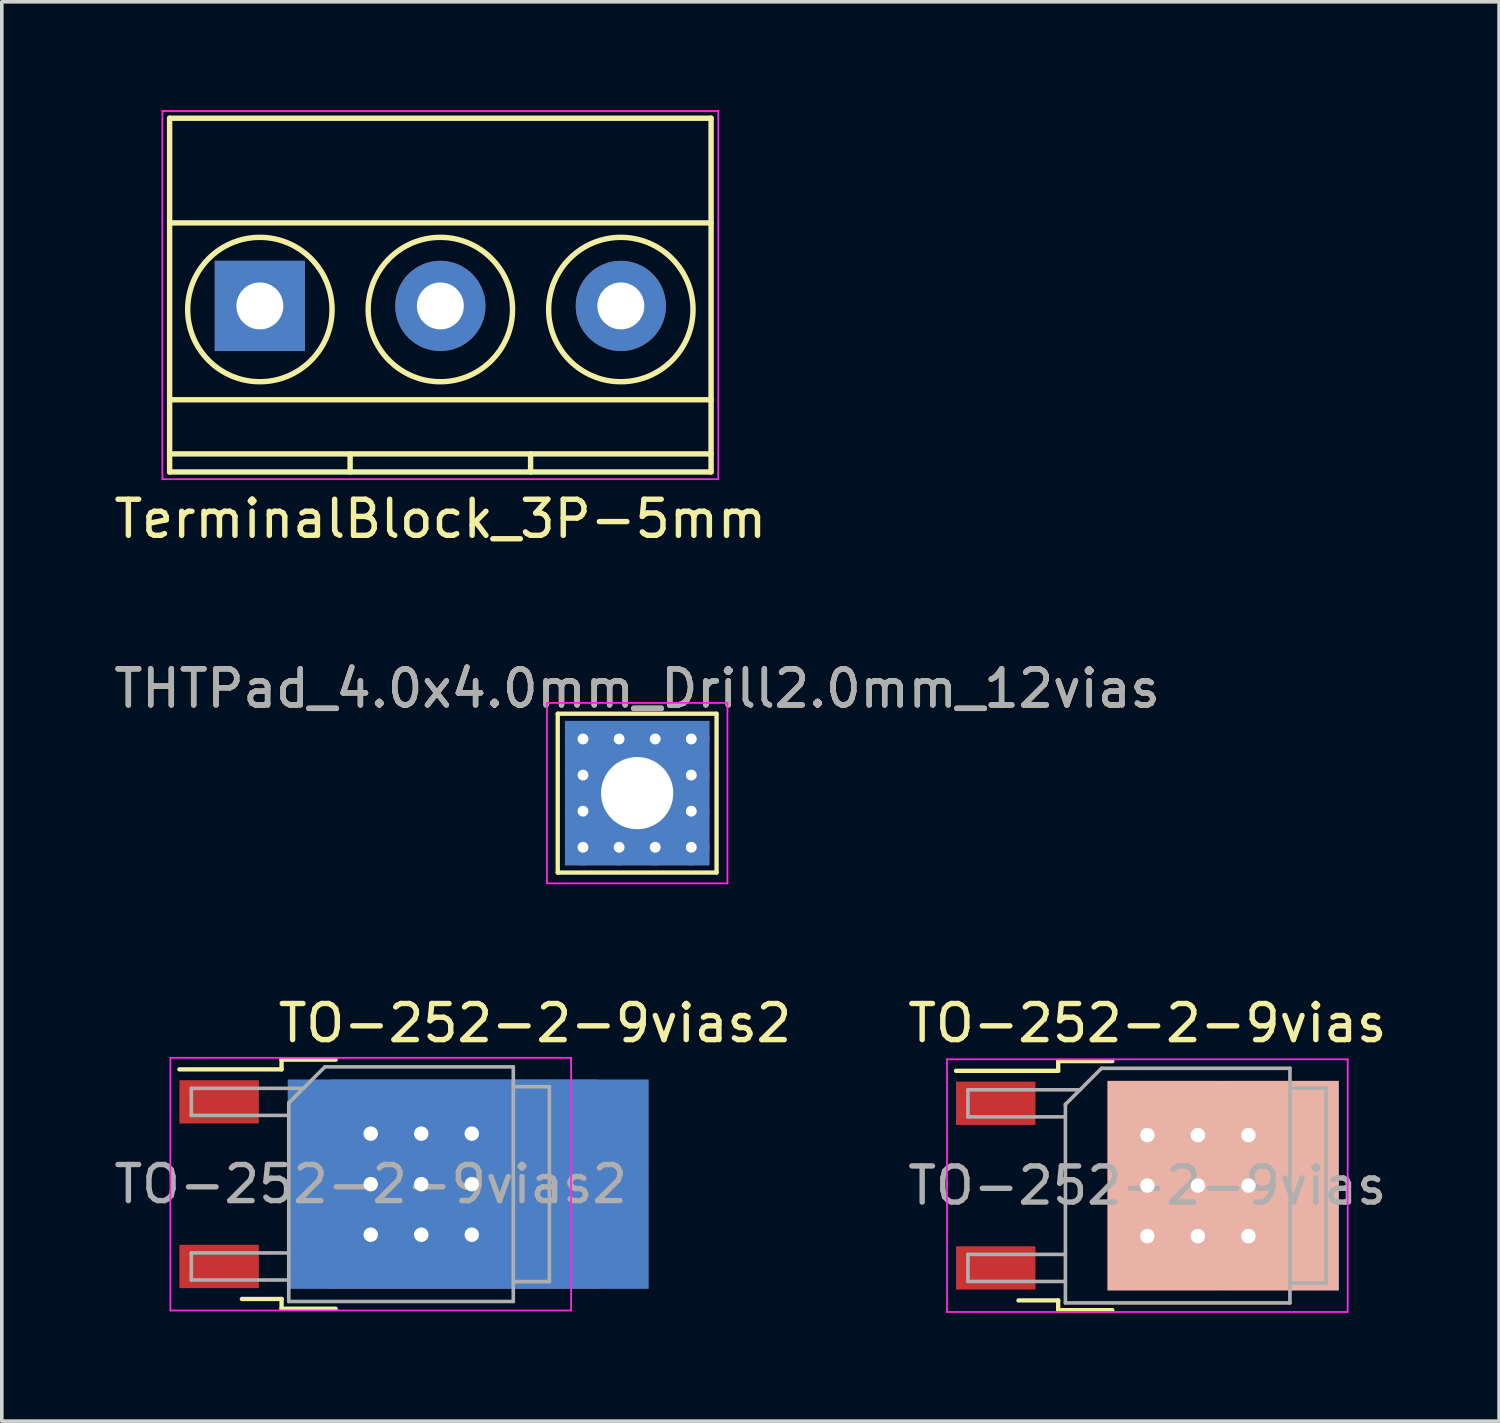
<source format=kicad_pcb>
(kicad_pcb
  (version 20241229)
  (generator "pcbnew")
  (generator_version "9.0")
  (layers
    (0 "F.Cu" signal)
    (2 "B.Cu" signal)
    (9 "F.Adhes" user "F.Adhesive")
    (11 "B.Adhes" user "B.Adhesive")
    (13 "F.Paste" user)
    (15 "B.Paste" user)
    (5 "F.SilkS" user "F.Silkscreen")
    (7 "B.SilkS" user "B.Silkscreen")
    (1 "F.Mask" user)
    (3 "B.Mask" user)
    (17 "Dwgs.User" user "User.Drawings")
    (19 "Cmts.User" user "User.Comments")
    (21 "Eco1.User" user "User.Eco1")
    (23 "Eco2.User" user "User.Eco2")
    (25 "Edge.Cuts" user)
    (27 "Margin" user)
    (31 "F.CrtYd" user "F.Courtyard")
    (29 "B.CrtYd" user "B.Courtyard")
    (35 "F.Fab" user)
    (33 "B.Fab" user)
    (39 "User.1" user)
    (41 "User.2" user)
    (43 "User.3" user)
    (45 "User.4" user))
  (footprint "TerminalBlock_3P-5mm"
    (layer "F.Cu")
    (at 4.149 5.425)
    (property "Reference" "TerminalBlock_3P-5mm" (at 5 5.9 0) (layer "F.SilkS") (effects (font (size 1 1) (thickness 0.15))))
    (attr through_hole)
    (fp_line (start -2.5 -5.2) (end -2.5 4.6) (stroke (width 0.15) (type solid)) (layer "F.SilkS"))
    (fp_line (start -2.5 -2.3) (end 12.5 -2.3) (stroke (width 0.15) (type solid)) (layer "F.SilkS"))
    (fp_line (start -2.5 2.6) (end 12.5 2.6) (stroke (width 0.15) (type solid)) (layer "F.SilkS"))
    (fp_line (start -2.5 4.1) (end 12.5 4.1) (stroke (width 0.15) (type solid)) (layer "F.SilkS"))
    (fp_line (start -2.5 4.6) (end 12.5 4.6) (stroke (width 0.15) (type solid)) (layer "F.SilkS"))
    (fp_line (start 2.5 4.1) (end 2.5 4.6) (stroke (width 0.15) (type solid)) (layer "F.SilkS"))
    (fp_line (start 7.5 4.1) (end 7.5 4.6) (stroke (width 0.15) (type solid)) (layer "F.SilkS"))
    (fp_line (start 12.5 -5.2) (end -2.5 -5.2) (stroke (width 0.15) (type solid)) (layer "F.SilkS"))
    (fp_line (start 12.5 4.6) (end 12.5 -5.2) (stroke (width 0.15) (type solid)) (layer "F.SilkS"))
    (fp_circle (center 0 0.1) (end 2 0.1) (stroke (width 0.15) (type solid)) (fill no) (layer "F.SilkS"))
    (fp_circle (center 5 0.1) (end 3 0.1) (stroke (width 0.15) (type solid)) (fill no) (layer "F.SilkS"))
    (fp_circle (center 10 0.1) (end 8 0.1) (stroke (width 0.15) (type solid)) (fill no) (layer "F.SilkS"))
    (fp_line (start -2.7 -5.4) (end 12.7 -5.4) (stroke (width 0.05) (type solid)) (layer "F.CrtYd"))
    (fp_line (start -2.7 4.8) (end -2.7 -5.4) (stroke (width 0.05) (type solid)) (layer "F.CrtYd"))
    (fp_line (start 12.7 -5.4) (end 12.7 4.8) (stroke (width 0.05) (type solid)) (layer "F.CrtYd"))
    (fp_line (start 12.7 4.8) (end -2.7 4.8) (stroke (width 0.05) (type solid)) (layer "F.CrtYd"))
    (pad "1" thru_hole rect (at 0 0) (size 2.5 2.5) (drill 1.3) (layers "*.Cu" "*.Mask"))
    (pad "2" thru_hole circle (at 5 0) (size 2.5 2.5) (drill 1.3) (layers "*.Cu" "*.Mask"))
    (pad "3" thru_hole circle (at 10 0) (size 2.5 2.5) (drill 1.3) (layers "*.Cu" "*.Mask")))
  (footprint "TO-252-2-9vias2"
    (layer "F.Cu")
    (at 7.22 29.755)
    (property "Reference" "TO-252-2-9vias2" (at 4.55 -4.46 0) (layer "F.SilkS") (effects (font (size 1 1) (thickness 0.15))))
    (attr smd)
    (fp_line (start -2.47 -3.45) (end -2.47 -3.18) (stroke (width 0.12) (type solid)) (layer "F.SilkS"))
    (fp_line (start -2.47 -3.18) (end -5.3 -3.18) (stroke (width 0.12) (type solid)) (layer "F.SilkS"))
    (fp_line (start -2.47 3.18) (end -3.57 3.18) (stroke (width 0.12) (type solid)) (layer "F.SilkS"))
    (fp_line (start -2.47 3.45) (end -2.47 3.18) (stroke (width 0.12) (type solid)) (layer "F.SilkS"))
    (fp_line (start -0.97 -3.45) (end -2.47 -3.45) (stroke (width 0.12) (type solid)) (layer "F.SilkS"))
    (fp_line (start -0.97 3.45) (end -2.47 3.45) (stroke (width 0.12) (type solid)) (layer "F.SilkS"))
    (fp_line (start -5.55 -3.5) (end -5.55 3.5) (stroke (width 0.05) (type solid)) (layer "F.CrtYd"))
    (fp_line (start -5.55 3.5) (end 5.55 3.5) (stroke (width 0.05) (type solid)) (layer "F.CrtYd"))
    (fp_line (start 5.55 -3.5) (end -5.55 -3.5) (stroke (width 0.05) (type solid)) (layer "F.CrtYd"))
    (fp_line (start 5.55 3.5) (end 5.55 -3.5) (stroke (width 0.05) (type solid)) (layer "F.CrtYd"))
    (fp_line (start -4.97 -2.655) (end -4.97 -1.905) (stroke (width 0.1) (type solid)) (layer "F.Fab"))
    (fp_line (start -4.97 -1.905) (end -2.27 -1.905) (stroke (width 0.1) (type solid)) (layer "F.Fab"))
    (fp_line (start -4.97 1.905) (end -4.97 2.655) (stroke (width 0.1) (type solid)) (layer "F.Fab"))
    (fp_line (start -4.97 2.655) (end -2.27 2.655) (stroke (width 0.1) (type solid)) (layer "F.Fab"))
    (fp_line (start -2.27 -2.25) (end -1.27 -3.25) (stroke (width 0.1) (type solid)) (layer "F.Fab"))
    (fp_line (start -2.27 1.905) (end -4.97 1.905) (stroke (width 0.1) (type solid)) (layer "F.Fab"))
    (fp_line (start -2.27 3.25) (end -2.27 -2.25) (stroke (width 0.1) (type solid)) (layer "F.Fab"))
    (fp_line (start -1.865 -2.655) (end -4.97 -2.655) (stroke (width 0.1) (type solid)) (layer "F.Fab"))
    (fp_line (start -1.27 -3.25) (end 3.95 -3.25) (stroke (width 0.1) (type solid)) (layer "F.Fab"))
    (fp_line (start 3.95 -3.25) (end 3.95 3.25) (stroke (width 0.1) (type solid)) (layer "F.Fab"))
    (fp_line (start 3.95 -2.7) (end 4.95 -2.7) (stroke (width 0.1) (type solid)) (layer "F.Fab"))
    (fp_line (start 3.95 3.25) (end -2.27 3.25) (stroke (width 0.1) (type solid)) (layer "F.Fab"))
    (fp_line (start 4.95 -2.7) (end 4.95 2.7) (stroke (width 0.1) (type solid)) (layer "F.Fab"))
    (fp_line (start 4.95 2.7) (end 3.95 2.7) (stroke (width 0.1) (type solid)) (layer "F.Fab"))
    (fp_text user "${REFERENCE}" (at 0 0 0) (layer "F.Fab") (effects (font (size 1 1) (thickness 0.15))))
    (pad "1" smd rect (at -4.2 -2.28) (size 2.2 1.2) (layers "F.Cu" "F.Mask" "F.Paste"))
    (pad "2" smd rect (at 2.58 0) (size 7.4 5.8) (layers "F.Cu" "F.Mask"))
    (pad "2" smd rect (at 2.7 0) (size 10 5.8) (layers "B.Cu" "B.Mask"))
    (pad "3" smd rect (at -4.2 2.28) (size 2.2 1.2) (layers "F.Cu" "F.Mask" "F.Paste"))
    (pad "4" thru_hole rect (at 0 -1.4) (size 1.2 1.2) (drill 0.4) (layers "*.Cu" "*.Mask"))
    (pad "4" thru_hole rect (at 0 0) (size 1.2 1.2) (drill 0.4) (layers "*.Cu" "*.Mask"))
    (pad "4" thru_hole rect (at 0 1.4) (size 1.2 1.2) (drill 0.4) (layers "*.Cu" "*.Mask"))
    (pad "4" thru_hole rect (at 1.4 -1.4) (size 1.2 1.2) (drill 0.4) (layers "*.Cu" "*.Mask"))
    (pad "4" thru_hole rect (at 1.4 0) (size 1.2 1.2) (drill 0.4) (layers "*.Cu" "*.Mask"))
    (pad "4" thru_hole rect (at 1.4 1.4) (size 1.2 1.2) (drill 0.4) (layers "*.Cu" "*.Mask"))
    (pad "4" thru_hole rect (at 2.8 -1.4) (size 1.2 1.2) (drill 0.4) (layers "*.Cu" "*.Mask"))
    (pad "4" thru_hole rect (at 2.8 0) (size 1.2 1.2) (drill 0.4) (layers "*.Cu" "*.Mask"))
    (pad "4" thru_hole rect (at 2.8 1.4) (size 1.2 1.2) (drill 0.4) (layers "*.Cu" "*.Mask")))
  (footprint "TO-252-2-9vias"
    (layer "F.Cu")
    (at 28.735 29.795)
    (property "Reference" "TO-252-2-9vias" (at 0 -4.5 0) (layer "F.SilkS") (effects (font (size 1 1) (thickness 0.15))))
    (attr smd)
    (fp_line (start -2.47 -3.45) (end -2.47 -3.18) (stroke (width 0.12) (type solid)) (layer "F.SilkS"))
    (fp_line (start -2.47 -3.18) (end -5.3 -3.18) (stroke (width 0.12) (type solid)) (layer "F.SilkS"))
    (fp_line (start -2.47 3.18) (end -3.57 3.18) (stroke (width 0.12) (type solid)) (layer "F.SilkS"))
    (fp_line (start -2.47 3.45) (end -2.47 3.18) (stroke (width 0.12) (type solid)) (layer "F.SilkS"))
    (fp_line (start -0.97 -3.45) (end -2.47 -3.45) (stroke (width 0.12) (type solid)) (layer "F.SilkS"))
    (fp_line (start -0.97 3.45) (end -2.47 3.45) (stroke (width 0.12) (type solid)) (layer "F.SilkS"))
    (fp_line (start -5.55 -3.5) (end -5.55 3.5) (stroke (width 0.05) (type solid)) (layer "F.CrtYd"))
    (fp_line (start -5.55 3.5) (end 5.55 3.5) (stroke (width 0.05) (type solid)) (layer "F.CrtYd"))
    (fp_line (start 5.55 -3.5) (end -5.55 -3.5) (stroke (width 0.05) (type solid)) (layer "F.CrtYd"))
    (fp_line (start 5.55 3.5) (end 5.55 -3.5) (stroke (width 0.05) (type solid)) (layer "F.CrtYd"))
    (fp_line (start -4.97 -2.655) (end -4.97 -1.905) (stroke (width 0.1) (type solid)) (layer "F.Fab"))
    (fp_line (start -4.97 -1.905) (end -2.27 -1.905) (stroke (width 0.1) (type solid)) (layer "F.Fab"))
    (fp_line (start -4.97 1.905) (end -4.97 2.655) (stroke (width 0.1) (type solid)) (layer "F.Fab"))
    (fp_line (start -4.97 2.655) (end -2.27 2.655) (stroke (width 0.1) (type solid)) (layer "F.Fab"))
    (fp_line (start -2.27 -2.25) (end -1.27 -3.25) (stroke (width 0.1) (type solid)) (layer "F.Fab"))
    (fp_line (start -2.27 1.905) (end -4.97 1.905) (stroke (width 0.1) (type solid)) (layer "F.Fab"))
    (fp_line (start -2.27 3.25) (end -2.27 -2.25) (stroke (width 0.1) (type solid)) (layer "F.Fab"))
    (fp_line (start -1.865 -2.655) (end -4.97 -2.655) (stroke (width 0.1) (type solid)) (layer "F.Fab"))
    (fp_line (start -1.27 -3.25) (end 3.95 -3.25) (stroke (width 0.1) (type solid)) (layer "F.Fab"))
    (fp_line (start 3.95 -3.25) (end 3.95 3.25) (stroke (width 0.1) (type solid)) (layer "F.Fab"))
    (fp_line (start 3.95 -2.7) (end 4.95 -2.7) (stroke (width 0.1) (type solid)) (layer "F.Fab"))
    (fp_line (start 3.95 3.25) (end -2.27 3.25) (stroke (width 0.1) (type solid)) (layer "F.Fab"))
    (fp_line (start 4.95 -2.7) (end 4.95 2.7) (stroke (width 0.1) (type solid)) (layer "F.Fab"))
    (fp_line (start 4.95 2.7) (end 3.95 2.7) (stroke (width 0.1) (type solid)) (layer "F.Fab"))
    (fp_text user "${REFERENCE}" (at 0 0 0) (layer "F.Fab") (effects (font (size 1 1) (thickness 0.15))))
    (pad "1" smd rect (at -4.2 -2.28) (size 2.2 1.2) (layers "F.Cu" "F.Mask" "F.Paste"))
    (pad "2" smd rect (at 0.425 -1.525) (size 3.05 2.75) (layers "F.Cu" "F.Paste"))
    (pad "2" smd rect (at 0.425 1.525) (size 3.05 2.75) (layers "F.Cu" "F.Paste"))
    (pad "2" smd rect (at 2.1 0) (size 6.4 5.8) (layers "F.Cu" "F.Mask"))
    (pad "2" smd rect (at 2.1 0) (size 6.4 5.8) (layers "B.Cu" "B.SilkS"))
    (pad "2" smd rect (at 3.775 -1.525) (size 3.05 2.75) (layers "F.Cu" "F.Paste"))
    (pad "2" smd rect (at 3.775 1.525) (size 3.05 2.75) (layers "F.Cu" "F.Paste"))
    (pad "3" smd rect (at -4.2 2.28) (size 2.2 1.2) (layers "F.Cu" "F.Mask" "F.Paste"))
    (pad "4" thru_hole rect (at 0 -1.4) (size 1.2 1.2) (drill 0.4) (layers "*.Cu" "*.Mask"))
    (pad "4" thru_hole rect (at 0 0) (size 1.2 1.2) (drill 0.4) (layers "*.Cu" "*.Mask"))
    (pad "4" thru_hole rect (at 0 1.4) (size 1.2 1.2) (drill 0.4) (layers "*.Cu" "*.Mask"))
    (pad "4" thru_hole rect (at 1.4 -1.4) (size 1.2 1.2) (drill 0.4) (layers "*.Cu" "*.Mask"))
    (pad "4" thru_hole rect (at 1.4 0) (size 1.2 1.2) (drill 0.4) (layers "*.Cu" "*.Mask"))
    (pad "4" thru_hole rect (at 1.4 1.4) (size 1.2 1.2) (drill 0.4) (layers "*.Cu" "*.Mask"))
    (pad "4" thru_hole rect (at 2.8 -1.4) (size 1.2 1.2) (drill 0.4) (layers "*.Cu" "*.Mask"))
    (pad "4" thru_hole rect (at 2.8 0) (size 1.2 1.2) (drill 0.4) (layers "*.Cu" "*.Mask"))
    (pad "4" thru_hole rect (at 2.8 1.4) (size 1.2 1.2) (drill 0.4) (layers "*.Cu" "*.Mask")))
  (footprint "THTPad_4.0x4.0mm_Drill2.0mm_12vias"
    (layer "F.Cu")
    (at 14.601 18.922)
    (property "Reference" "THTPad_4.0x4.0mm_Drill2.0mm_12vias" (at 0 -2.898 0) (layer "F.SilkS") (effects (font (size 1 1) (thickness 0.15))))
    (attr exclude_from_pos_files)
    (fp_line (start -2.2 -2.2) (end 2.2 -2.2) (stroke (width 0.12) (type solid)) (layer "F.SilkS"))
    (fp_line (start -2.2 2.2) (end -2.2 -2.2) (stroke (width 0.12) (type solid)) (layer "F.SilkS"))
    (fp_line (start 2.2 -2.2) (end 2.2 2.2) (stroke (width 0.12) (type solid)) (layer "F.SilkS"))
    (fp_line (start 2.2 2.2) (end -2.2 2.2) (stroke (width 0.12) (type solid)) (layer "F.SilkS"))
    (fp_line (start -2.5 -2.5) (end -2.5 2.5) (stroke (width 0.05) (type solid)) (layer "F.CrtYd"))
    (fp_line (start -2.5 -2.5) (end 2.5 -2.5) (stroke (width 0.05) (type solid)) (layer "F.CrtYd"))
    (fp_line (start 2.5 2.5) (end -2.5 2.5) (stroke (width 0.05) (type solid)) (layer "F.CrtYd"))
    (fp_line (start 2.5 2.5) (end 2.5 -2.5) (stroke (width 0.05) (type solid)) (layer "F.CrtYd"))
    (fp_text user "${REFERENCE}" (at 0 -2.9 0) (layer "F.Fab") (effects (font (size 1 1) (thickness 0.15))))
    (pad "1" thru_hole circle (at -1.5 -1.5) (size 1 1) (drill 0.3) (layers "*.Cu" "*.Mask"))
    (pad "1" thru_hole circle (at -1.5 -0.5 90) (size 1 1) (drill 0.3) (layers "*.Cu" "*.Mask"))
    (pad "1" thru_hole circle (at -1.5 0.5 90) (size 1 1) (drill 0.3) (layers "*.Cu" "*.Mask"))
    (pad "1" thru_hole circle (at -1.5 1.5) (size 1 1) (drill 0.3) (layers "*.Cu" "*.Mask"))
    (pad "1" thru_hole circle (at -0.5 -1.5) (size 1 1) (drill 0.3) (layers "*.Cu" "*.Mask"))
    (pad "1" thru_hole circle (at -0.5 1.5) (size 1 1) (drill 0.3) (layers "*.Cu" "*.Mask"))
    (pad "1" thru_hole rect (at 0 0) (size 4 4) (drill 2) (layers "*.Cu" "*.Mask"))
    (pad "1" thru_hole circle (at 0.5 -1.5) (size 1 1) (drill 0.3) (layers "*.Cu" "*.Mask"))
    (pad "1" thru_hole circle (at 0.5 1.5) (size 1 1) (drill 0.3) (layers "*.Cu" "*.Mask"))
    (pad "1" thru_hole circle (at 1.5 -1.5) (size 1 1) (drill 0.3) (layers "*.Cu" "*.Mask"))
    (pad "1" thru_hole circle (at 1.5 -0.5 90) (size 1 1) (drill 0.3) (layers "*.Cu" "*.Mask"))
    (pad "1" thru_hole circle (at 1.5 0.5 90) (size 1 1) (drill 0.3) (layers "*.Cu" "*.Mask"))
    (pad "1" thru_hole circle (at 1.5 1.5) (size 1 1) (drill 0.3) (layers "*.Cu" "*.Mask")))
  (gr_rect
    (start -3 -3)
    (end 38.479 36.32)
    (stroke (width 0.1) (type default))
    (fill no)
    (layer "Edge.Cuts")))
</source>
